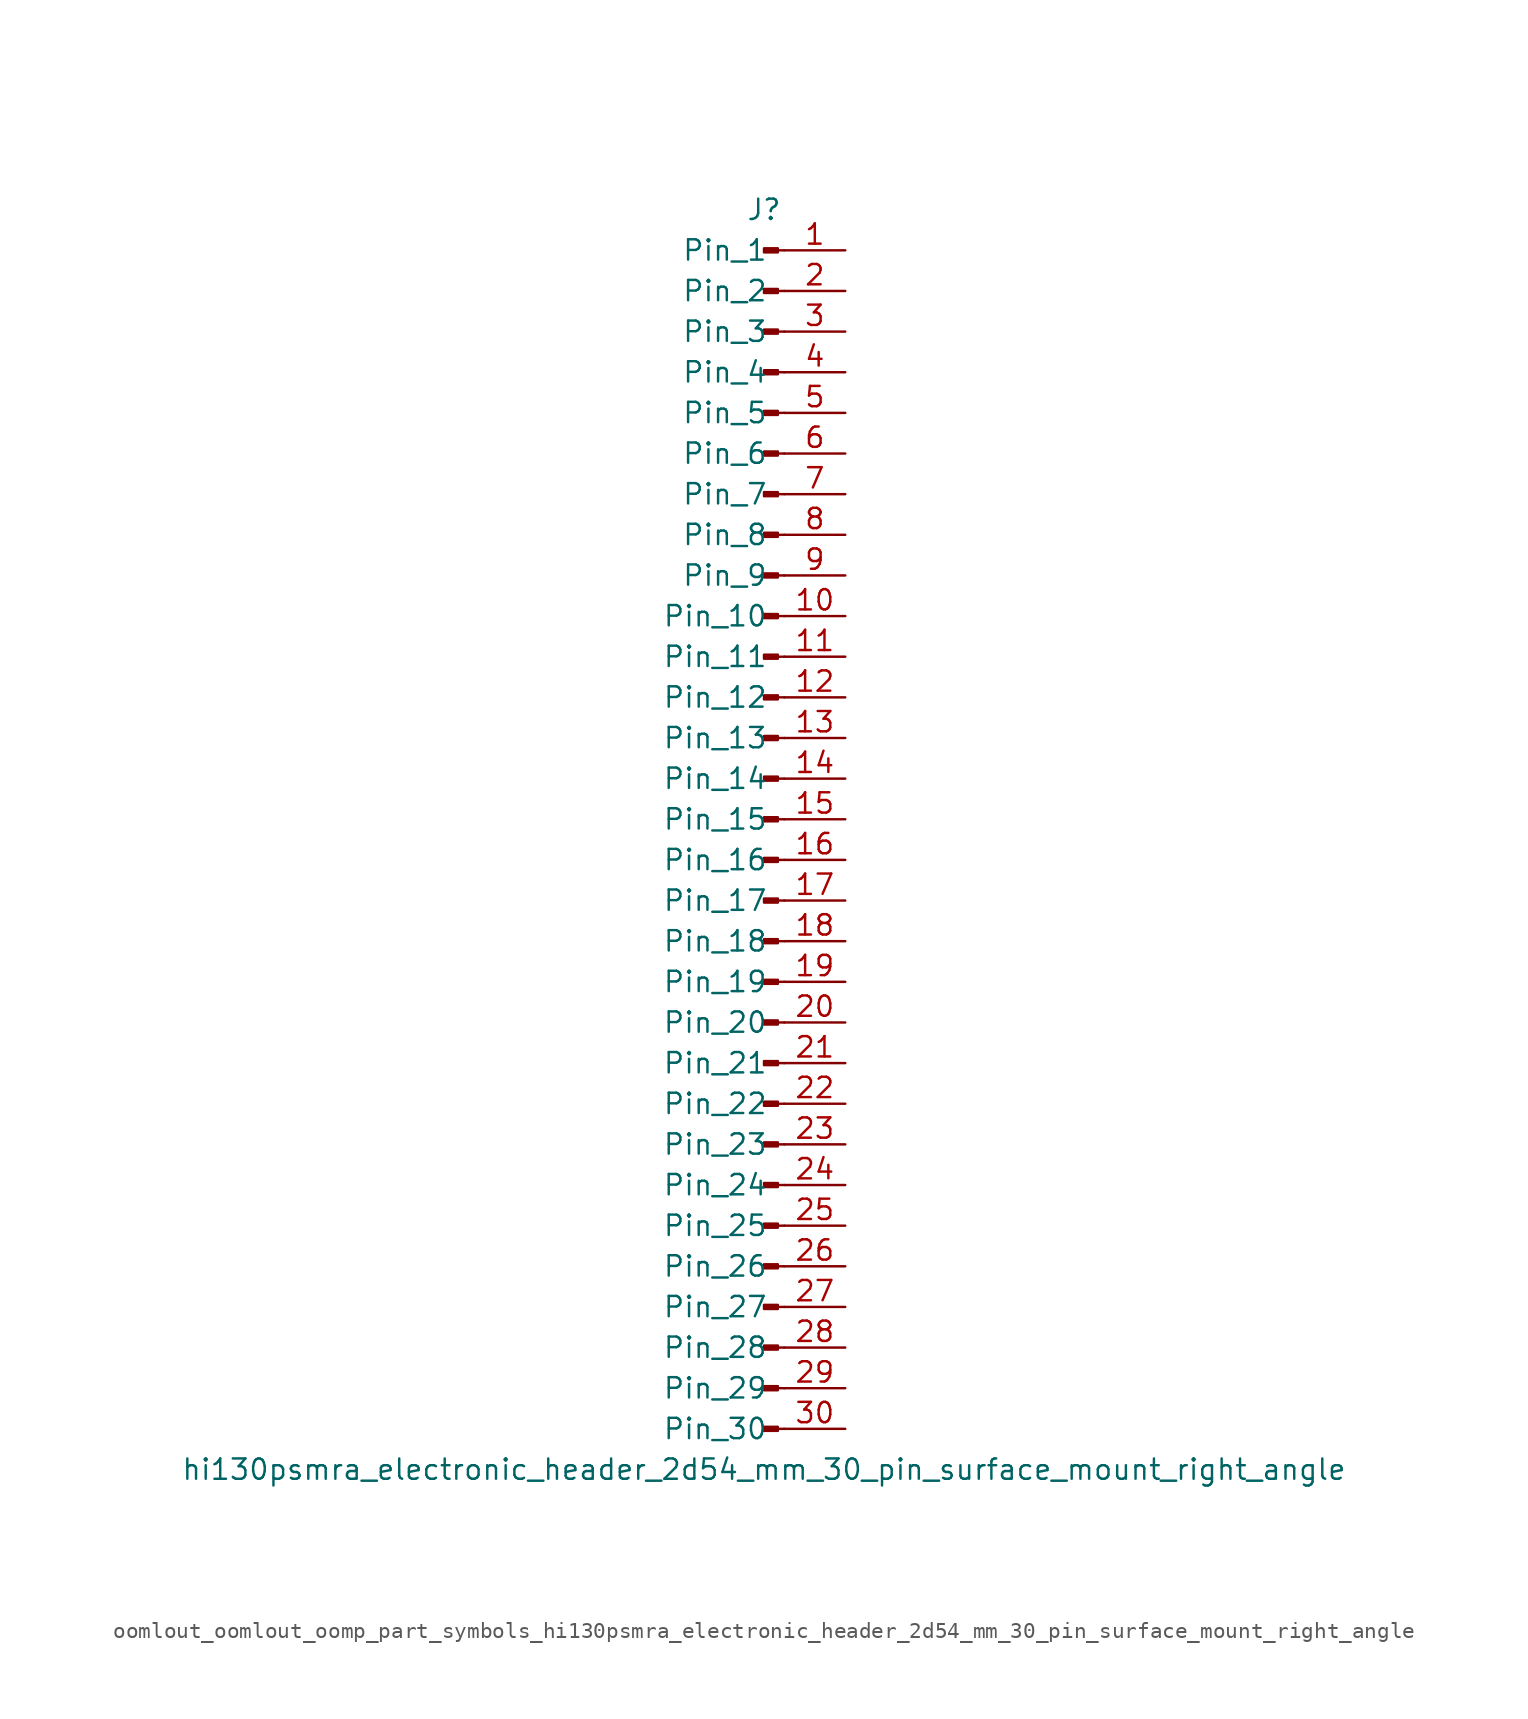
<source format=kicad_sym>
(kicad_symbol_lib
  (version 20220914)
  (generator kicad_symbol_editor)
  (symbol "oomlout_oomlout_oomp_part_symbols_hi130psmra_electronic_header_2d54_mm_30_pin_surface_mount_right_angle"
    (pin_names
      (offset 1.016))
    (property "Reference" "J"
      (at 0 38.1 0)
      (effects (font (size 1.27 1.27))))
    (property "Value" "hi130psmra_electronic_header_2d54_mm_30_pin_surface_mount_right_angle"
      (at 0 -40.64 0)
      (effects (font (size 1.27 1.27))))
    (property "ki_locked" ""
      (at 0 0 0)
      (effects (font (size 1.27 1.27))))
    (symbol "oomlout_oomlout_oomp_part_symbols_hi130psmra_electronic_header_2d54_mm_30_pin_surface_mount_right_angle_1_1"
      (polyline (pts (xy 1.27 -38.1) (xy 0.864 -38.1)) (stroke (width 0.152) (type default)) (fill (type none)))
      (polyline (pts (xy 1.27 -35.56) (xy 0.864 -35.56)) (stroke (width 0.152) (type default)) (fill (type none)))
      (polyline (pts (xy 1.27 -33.02) (xy 0.864 -33.02)) (stroke (width 0.152) (type default)) (fill (type none)))
      (polyline (pts (xy 1.27 -30.48) (xy 0.864 -30.48)) (stroke (width 0.152) (type default)) (fill (type none)))
      (polyline (pts (xy 1.27 -27.94) (xy 0.864 -27.94)) (stroke (width 0.152) (type default)) (fill (type none)))
      (polyline (pts (xy 1.27 -25.4) (xy 0.864 -25.4)) (stroke (width 0.152) (type default)) (fill (type none)))
      (polyline (pts (xy 1.27 -22.86) (xy 0.864 -22.86)) (stroke (width 0.152) (type default)) (fill (type none)))
      (polyline (pts (xy 1.27 -20.32) (xy 0.864 -20.32)) (stroke (width 0.152) (type default)) (fill (type none)))
      (polyline (pts (xy 1.27 -17.78) (xy 0.864 -17.78)) (stroke (width 0.152) (type default)) (fill (type none)))
      (polyline (pts (xy 1.27 -15.24) (xy 0.864 -15.24)) (stroke (width 0.152) (type default)) (fill (type none)))
      (polyline (pts (xy 1.27 -12.7) (xy 0.864 -12.7)) (stroke (width 0.152) (type default)) (fill (type none)))
      (polyline (pts (xy 1.27 -10.16) (xy 0.864 -10.16)) (stroke (width 0.152) (type default)) (fill (type none)))
      (polyline (pts (xy 1.27 -7.62) (xy 0.864 -7.62)) (stroke (width 0.152) (type default)) (fill (type none)))
      (polyline (pts (xy 1.27 -5.08) (xy 0.864 -5.08)) (stroke (width 0.152) (type default)) (fill (type none)))
      (polyline (pts (xy 1.27 -2.54) (xy 0.864 -2.54)) (stroke (width 0.152) (type default)) (fill (type none)))
      (polyline (pts (xy 1.27 0) (xy 0.864 0)) (stroke (width 0.152) (type default)) (fill (type none)))
      (polyline (pts (xy 1.27 2.54) (xy 0.864 2.54)) (stroke (width 0.152) (type default)) (fill (type none)))
      (polyline (pts (xy 1.27 5.08) (xy 0.864 5.08)) (stroke (width 0.152) (type default)) (fill (type none)))
      (polyline (pts (xy 1.27 7.62) (xy 0.864 7.62)) (stroke (width 0.152) (type default)) (fill (type none)))
      (polyline (pts (xy 1.27 10.16) (xy 0.864 10.16)) (stroke (width 0.152) (type default)) (fill (type none)))
      (polyline (pts (xy 1.27 12.7) (xy 0.864 12.7)) (stroke (width 0.152) (type default)) (fill (type none)))
      (polyline (pts (xy 1.27 15.24) (xy 0.864 15.24)) (stroke (width 0.152) (type default)) (fill (type none)))
      (polyline (pts (xy 1.27 17.78) (xy 0.864 17.78)) (stroke (width 0.152) (type default)) (fill (type none)))
      (polyline (pts (xy 1.27 20.32) (xy 0.864 20.32)) (stroke (width 0.152) (type default)) (fill (type none)))
      (polyline (pts (xy 1.27 22.86) (xy 0.864 22.86)) (stroke (width 0.152) (type default)) (fill (type none)))
      (polyline (pts (xy 1.27 25.4) (xy 0.864 25.4)) (stroke (width 0.152) (type default)) (fill (type none)))
      (polyline (pts (xy 1.27 27.94) (xy 0.864 27.94)) (stroke (width 0.152) (type default)) (fill (type none)))
      (polyline (pts (xy 1.27 30.48) (xy 0.864 30.48)) (stroke (width 0.152) (type default)) (fill (type none)))
      (polyline (pts (xy 1.27 33.02) (xy 0.864 33.02)) (stroke (width 0.152) (type default)) (fill (type none)))
      (polyline (pts (xy 1.27 35.56) (xy 0.864 35.56)) (stroke (width 0.152) (type default)) (fill (type none)))
      (rectangle (start 0.864 -37.973) (end 0 -38.227) (stroke (width 0.152) (type default)) (fill (type outline)))
      (rectangle (start 0.864 -35.433) (end 0 -35.687) (stroke (width 0.152) (type default)) (fill (type outline)))
      (rectangle (start 0.864 -32.893) (end 0 -33.147) (stroke (width 0.152) (type default)) (fill (type outline)))
      (rectangle (start 0.864 -30.353) (end 0 -30.607) (stroke (width 0.152) (type default)) (fill (type outline)))
      (rectangle (start 0.864 -27.813) (end 0 -28.067) (stroke (width 0.152) (type default)) (fill (type outline)))
      (rectangle (start 0.864 -25.273) (end 0 -25.527) (stroke (width 0.152) (type default)) (fill (type outline)))
      (rectangle (start 0.864 -22.733) (end 0 -22.987) (stroke (width 0.152) (type default)) (fill (type outline)))
      (rectangle (start 0.864 -20.193) (end 0 -20.447) (stroke (width 0.152) (type default)) (fill (type outline)))
      (rectangle (start 0.864 -17.653) (end 0 -17.907) (stroke (width 0.152) (type default)) (fill (type outline)))
      (rectangle (start 0.864 -15.113) (end 0 -15.367) (stroke (width 0.152) (type default)) (fill (type outline)))
      (rectangle (start 0.864 -12.573) (end 0 -12.827) (stroke (width 0.152) (type default)) (fill (type outline)))
      (rectangle (start 0.864 -10.033) (end 0 -10.287) (stroke (width 0.152) (type default)) (fill (type outline)))
      (rectangle (start 0.864 -7.493) (end 0 -7.747) (stroke (width 0.152) (type default)) (fill (type outline)))
      (rectangle (start 0.864 -4.953) (end 0 -5.207) (stroke (width 0.152) (type default)) (fill (type outline)))
      (rectangle (start 0.864 -2.413) (end 0 -2.667) (stroke (width 0.152) (type default)) (fill (type outline)))
      (rectangle (start 0.864 0.127) (end 0 -0.127) (stroke (width 0.152) (type default)) (fill (type outline)))
      (rectangle (start 0.864 2.667) (end 0 2.413) (stroke (width 0.152) (type default)) (fill (type outline)))
      (rectangle (start 0.864 5.207) (end 0 4.953) (stroke (width 0.152) (type default)) (fill (type outline)))
      (rectangle (start 0.864 7.747) (end 0 7.493) (stroke (width 0.152) (type default)) (fill (type outline)))
      (rectangle (start 0.864 10.287) (end 0 10.033) (stroke (width 0.152) (type default)) (fill (type outline)))
      (rectangle (start 0.864 12.827) (end 0 12.573) (stroke (width 0.152) (type default)) (fill (type outline)))
      (rectangle (start 0.864 15.367) (end 0 15.113) (stroke (width 0.152) (type default)) (fill (type outline)))
      (rectangle (start 0.864 17.907) (end 0 17.653) (stroke (width 0.152) (type default)) (fill (type outline)))
      (rectangle (start 0.864 20.447) (end 0 20.193) (stroke (width 0.152) (type default)) (fill (type outline)))
      (rectangle (start 0.864 22.987) (end 0 22.733) (stroke (width 0.152) (type default)) (fill (type outline)))
      (rectangle (start 0.864 25.527) (end 0 25.273) (stroke (width 0.152) (type default)) (fill (type outline)))
      (rectangle (start 0.864 28.067) (end 0 27.813) (stroke (width 0.152) (type default)) (fill (type outline)))
      (rectangle (start 0.864 30.607) (end 0 30.353) (stroke (width 0.152) (type default)) (fill (type outline)))
      (rectangle (start 0.864 33.147) (end 0 32.893) (stroke (width 0.152) (type default)) (fill (type outline)))
      (rectangle (start 0.864 35.687) (end 0 35.433) (stroke (width 0.152) (type default)) (fill (type outline)))
      (pin passive line (at 5.08 35.56 180) (length 3.81) (name "Pin_1" (effects (font (size 1.27 1.27)))) (number "1" (effects (font (size 1.27 1.27)))))
      (pin passive line (at 5.08 12.7 180) (length 3.81) (name "Pin_10" (effects (font (size 1.27 1.27)))) (number "10" (effects (font (size 1.27 1.27)))))
      (pin passive line (at 5.08 10.16 180) (length 3.81) (name "Pin_11" (effects (font (size 1.27 1.27)))) (number "11" (effects (font (size 1.27 1.27)))))
      (pin passive line (at 5.08 7.62 180) (length 3.81) (name "Pin_12" (effects (font (size 1.27 1.27)))) (number "12" (effects (font (size 1.27 1.27)))))
      (pin passive line (at 5.08 5.08 180) (length 3.81) (name "Pin_13" (effects (font (size 1.27 1.27)))) (number "13" (effects (font (size 1.27 1.27)))))
      (pin passive line (at 5.08 2.54 180) (length 3.81) (name "Pin_14" (effects (font (size 1.27 1.27)))) (number "14" (effects (font (size 1.27 1.27)))))
      (pin passive line (at 5.08 0 180) (length 3.81) (name "Pin_15" (effects (font (size 1.27 1.27)))) (number "15" (effects (font (size 1.27 1.27)))))
      (pin passive line (at 5.08 -2.54 180) (length 3.81) (name "Pin_16" (effects (font (size 1.27 1.27)))) (number "16" (effects (font (size 1.27 1.27)))))
      (pin passive line (at 5.08 -5.08 180) (length 3.81) (name "Pin_17" (effects (font (size 1.27 1.27)))) (number "17" (effects (font (size 1.27 1.27)))))
      (pin passive line (at 5.08 -7.62 180) (length 3.81) (name "Pin_18" (effects (font (size 1.27 1.27)))) (number "18" (effects (font (size 1.27 1.27)))))
      (pin passive line (at 5.08 -10.16 180) (length 3.81) (name "Pin_19" (effects (font (size 1.27 1.27)))) (number "19" (effects (font (size 1.27 1.27)))))
      (pin passive line (at 5.08 33.02 180) (length 3.81) (name "Pin_2" (effects (font (size 1.27 1.27)))) (number "2" (effects (font (size 1.27 1.27)))))
      (pin passive line (at 5.08 -12.7 180) (length 3.81) (name "Pin_20" (effects (font (size 1.27 1.27)))) (number "20" (effects (font (size 1.27 1.27)))))
      (pin passive line (at 5.08 -15.24 180) (length 3.81) (name "Pin_21" (effects (font (size 1.27 1.27)))) (number "21" (effects (font (size 1.27 1.27)))))
      (pin passive line (at 5.08 -17.78 180) (length 3.81) (name "Pin_22" (effects (font (size 1.27 1.27)))) (number "22" (effects (font (size 1.27 1.27)))))
      (pin passive line (at 5.08 -20.32 180) (length 3.81) (name "Pin_23" (effects (font (size 1.27 1.27)))) (number "23" (effects (font (size 1.27 1.27)))))
      (pin passive line (at 5.08 -22.86 180) (length 3.81) (name "Pin_24" (effects (font (size 1.27 1.27)))) (number "24" (effects (font (size 1.27 1.27)))))
      (pin passive line (at 5.08 -25.4 180) (length 3.81) (name "Pin_25" (effects (font (size 1.27 1.27)))) (number "25" (effects (font (size 1.27 1.27)))))
      (pin passive line (at 5.08 -27.94 180) (length 3.81) (name "Pin_26" (effects (font (size 1.27 1.27)))) (number "26" (effects (font (size 1.27 1.27)))))
      (pin passive line (at 5.08 -30.48 180) (length 3.81) (name "Pin_27" (effects (font (size 1.27 1.27)))) (number "27" (effects (font (size 1.27 1.27)))))
      (pin passive line (at 5.08 -33.02 180) (length 3.81) (name "Pin_28" (effects (font (size 1.27 1.27)))) (number "28" (effects (font (size 1.27 1.27)))))
      (pin passive line (at 5.08 -35.56 180) (length 3.81) (name "Pin_29" (effects (font (size 1.27 1.27)))) (number "29" (effects (font (size 1.27 1.27)))))
      (pin passive line (at 5.08 30.48 180) (length 3.81) (name "Pin_3" (effects (font (size 1.27 1.27)))) (number "3" (effects (font (size 1.27 1.27)))))
      (pin passive line (at 5.08 -38.1 180) (length 3.81) (name "Pin_30" (effects (font (size 1.27 1.27)))) (number "30" (effects (font (size 1.27 1.27)))))
      (pin passive line (at 5.08 27.94 180) (length 3.81) (name "Pin_4" (effects (font (size 1.27 1.27)))) (number "4" (effects (font (size 1.27 1.27)))))
      (pin passive line (at 5.08 25.4 180) (length 3.81) (name "Pin_5" (effects (font (size 1.27 1.27)))) (number "5" (effects (font (size 1.27 1.27)))))
      (pin passive line (at 5.08 22.86 180) (length 3.81) (name "Pin_6" (effects (font (size 1.27 1.27)))) (number "6" (effects (font (size 1.27 1.27)))))
      (pin passive line (at 5.08 20.32 180) (length 3.81) (name "Pin_7" (effects (font (size 1.27 1.27)))) (number "7" (effects (font (size 1.27 1.27)))))
      (pin passive line (at 5.08 17.78 180) (length 3.81) (name "Pin_8" (effects (font (size 1.27 1.27)))) (number "8" (effects (font (size 1.27 1.27)))))
      (pin passive line (at 5.08 15.24 180) (length 3.81) (name "Pin_9" (effects (font (size 1.27 1.27)))) (number "9" (effects (font (size 1.27 1.27))))))))
</source>
